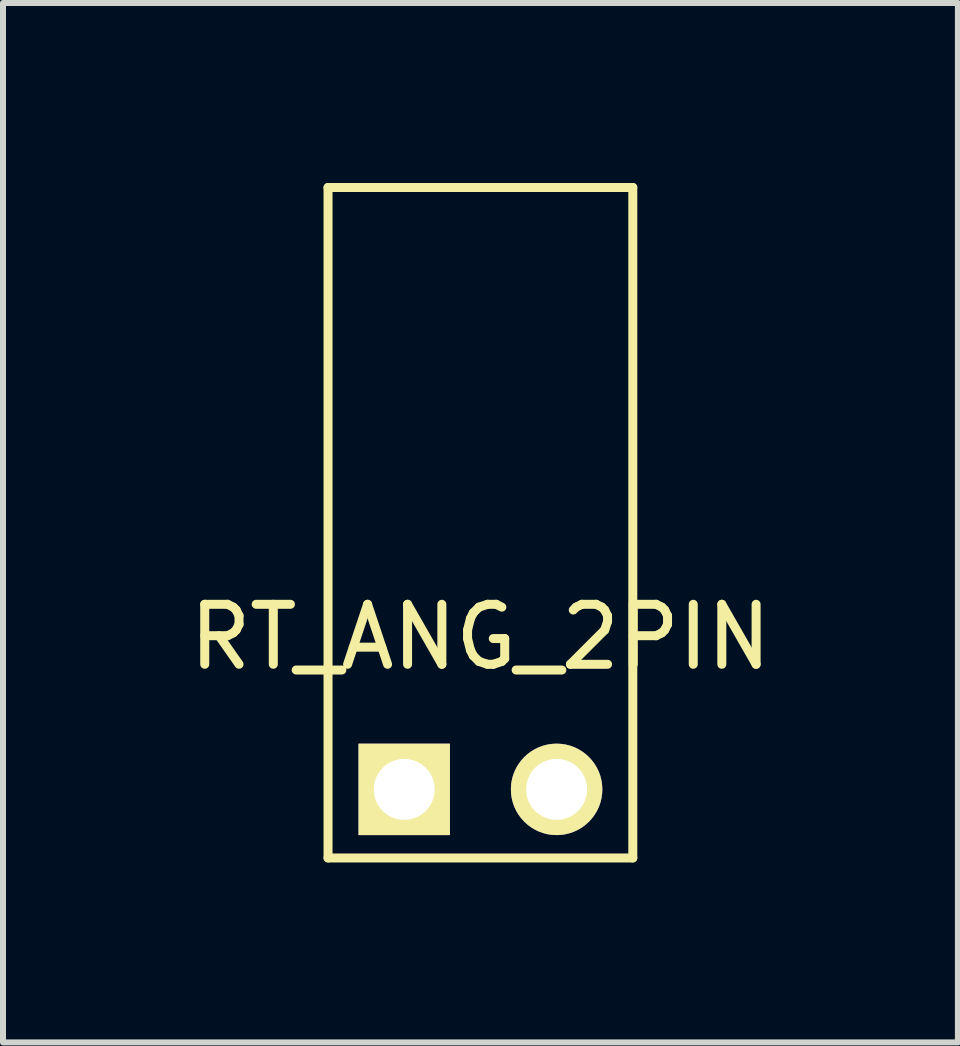
<source format=kicad_pcb>
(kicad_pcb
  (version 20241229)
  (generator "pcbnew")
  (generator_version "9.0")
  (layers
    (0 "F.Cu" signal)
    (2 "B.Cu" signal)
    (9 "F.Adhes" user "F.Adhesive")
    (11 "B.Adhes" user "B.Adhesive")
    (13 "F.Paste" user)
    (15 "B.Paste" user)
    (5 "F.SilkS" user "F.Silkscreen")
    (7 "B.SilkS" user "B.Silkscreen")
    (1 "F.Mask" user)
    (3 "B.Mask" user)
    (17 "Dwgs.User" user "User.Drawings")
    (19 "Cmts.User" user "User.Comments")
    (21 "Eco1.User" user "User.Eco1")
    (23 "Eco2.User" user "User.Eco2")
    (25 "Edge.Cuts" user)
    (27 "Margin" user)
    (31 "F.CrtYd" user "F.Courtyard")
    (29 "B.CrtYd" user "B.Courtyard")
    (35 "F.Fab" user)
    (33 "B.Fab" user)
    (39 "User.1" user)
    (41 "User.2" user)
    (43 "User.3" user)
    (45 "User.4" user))
  (footprint "RT_ANG_2PIN"
    (layer "F.Cu")
    (at 4.958 10.108)
    (property "Reference" "RT_ANG_2PIN" (at 0 -2.54 0) (layer "F.SilkS") (effects (font (size 1 1) (thickness 0.15))))
    (attr through_hole)
    (fp_line (start -2.54 -10.033) (end -2.54 1.143) (stroke (width 0.15) (type solid)) (layer "F.SilkS"))
    (fp_line (start -2.54 1.143) (end 2.54 1.143) (stroke (width 0.15) (type solid)) (layer "F.SilkS"))
    (fp_line (start 2.54 -10.033) (end -2.54 -10.033) (stroke (width 0.15) (type solid)) (layer "F.SilkS"))
    (fp_line (start 2.54 1.143) (end 2.54 -10.033) (stroke (width 0.15) (type solid)) (layer "F.SilkS"))
    (pad "1" thru_hole rect (at -1.27 0) (size 1.524 1.524) (drill 1.016) (layers "*.Cu" "*.Mask" "F.SilkS"))
    (pad "2" thru_hole circle (at 1.27 0) (size 1.524 1.524) (drill 1.016) (layers "*.Cu" "*.Mask" "F.SilkS")))
  (gr_rect
    (start -3 -3)
    (end 12.917 14.326)
    (stroke (width 0.1) (type default))
    (fill no)
    (layer "Edge.Cuts")))
</source>
